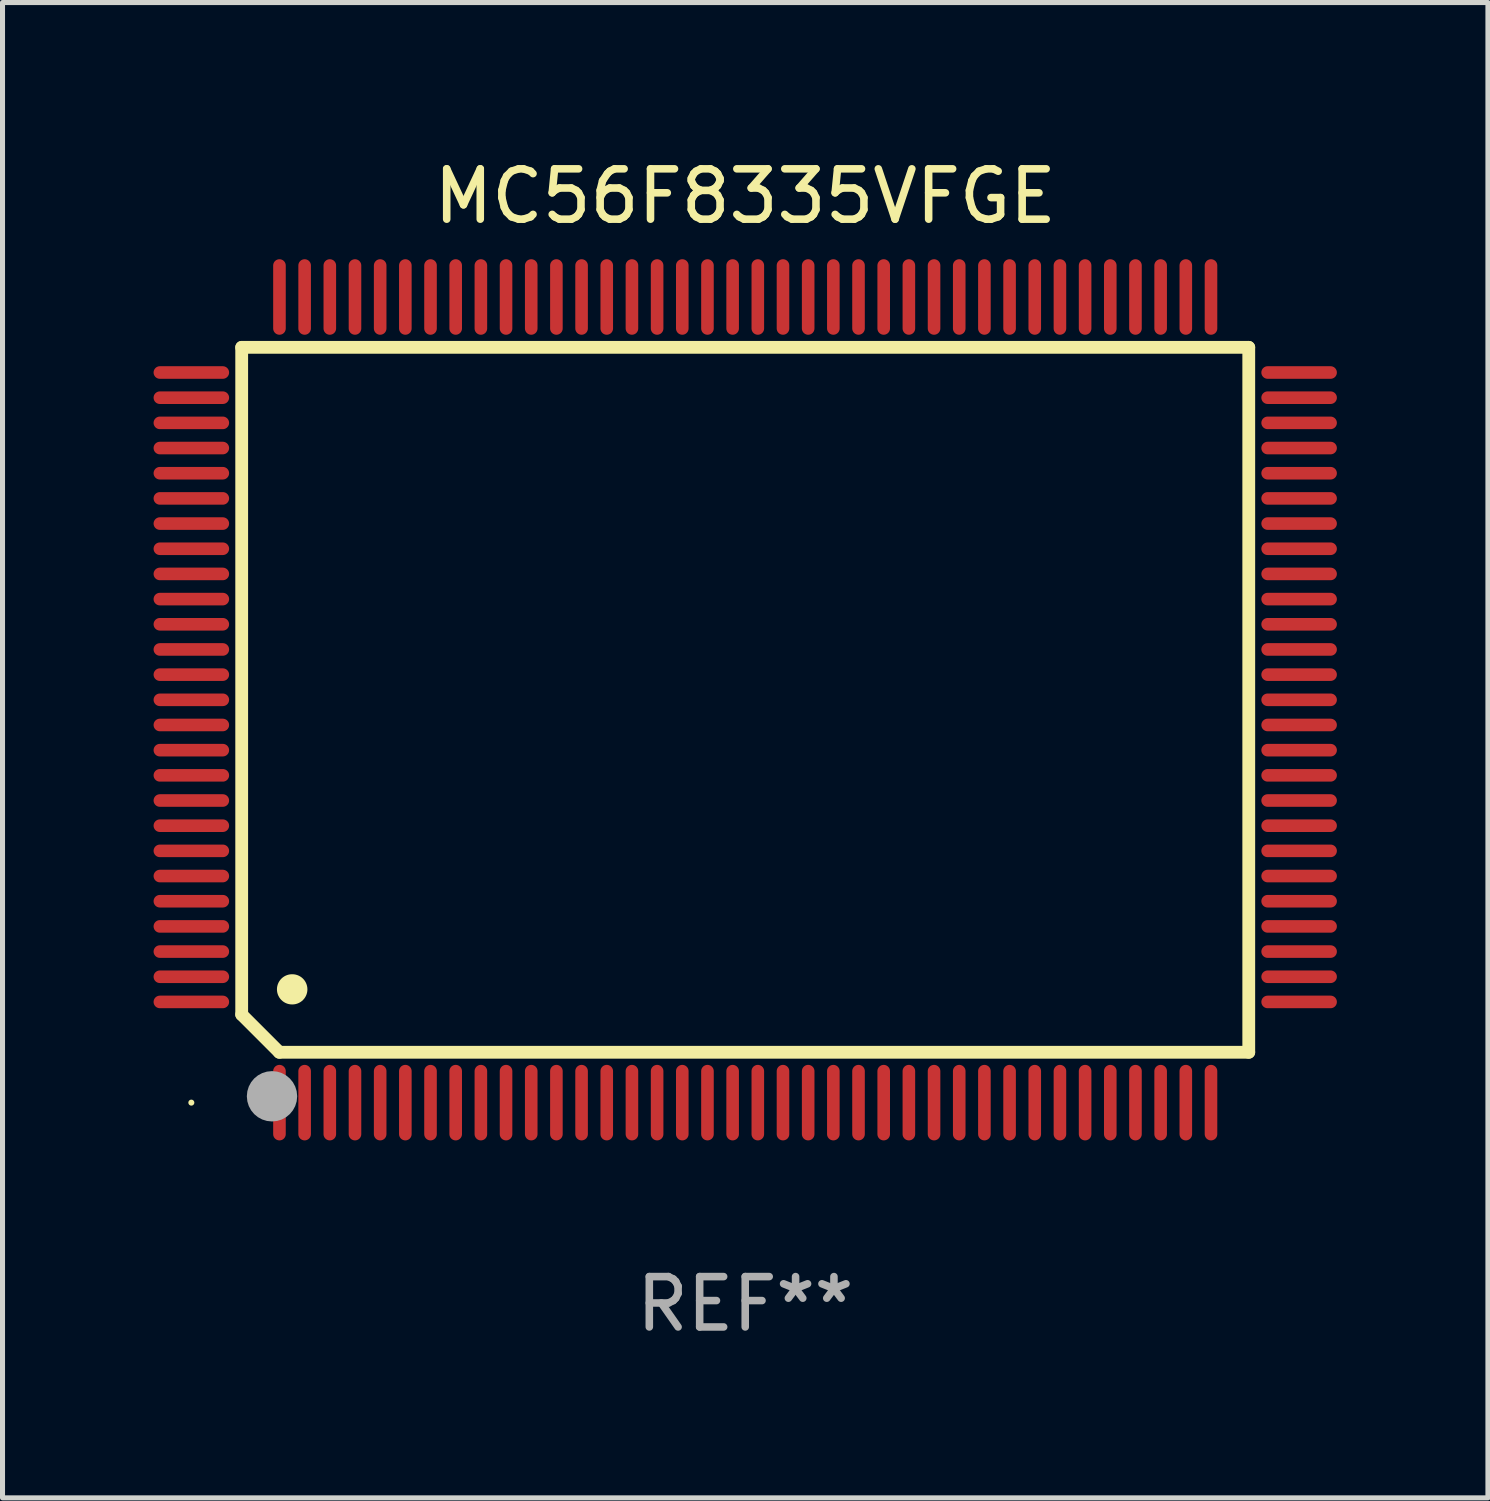
<source format=kicad_pcb>
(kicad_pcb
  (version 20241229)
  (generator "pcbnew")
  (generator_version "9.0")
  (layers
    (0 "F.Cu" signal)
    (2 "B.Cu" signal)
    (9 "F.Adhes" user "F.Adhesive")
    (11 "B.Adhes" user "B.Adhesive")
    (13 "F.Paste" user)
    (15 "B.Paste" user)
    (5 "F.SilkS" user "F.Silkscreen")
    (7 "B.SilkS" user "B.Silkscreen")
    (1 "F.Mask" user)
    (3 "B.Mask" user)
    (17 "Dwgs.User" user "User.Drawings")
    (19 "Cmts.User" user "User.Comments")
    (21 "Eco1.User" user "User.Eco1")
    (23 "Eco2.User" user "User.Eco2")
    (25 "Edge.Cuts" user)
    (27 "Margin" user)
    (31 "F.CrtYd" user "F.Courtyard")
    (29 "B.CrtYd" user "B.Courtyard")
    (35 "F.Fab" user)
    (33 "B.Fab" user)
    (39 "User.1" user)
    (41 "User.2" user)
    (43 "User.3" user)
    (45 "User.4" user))
  (footprint "MC56F8335VFGE"
    (layer "F.Cu")
    (at 11.75 10.848)
    (property "Reference" "MC56F8335VFGE" (at 0 -10 0) (layer "F.SilkS") (effects (font (size 1 1) (thickness 0.15))))
    (attr through_hole)
    (fp_line (start -10 -7) (end -10 6.25) (stroke (width 0.254) (type solid)) (layer "F.SilkS"))
    (fp_line (start -10 -7) (end 10 -7) (stroke (width 0.254) (type solid)) (layer "F.SilkS"))
    (fp_line (start -9.252 7) (end -10 6.252) (stroke (width 0.254) (type solid)) (layer "F.SilkS"))
    (fp_line (start 10 -7) (end 10 7) (stroke (width 0.254) (type solid)) (layer "F.SilkS"))
    (fp_line (start 10 7) (end -9.252 7) (stroke (width 0.254) (type solid)) (layer "F.SilkS"))
    (fp_arc (start -9.000025 5.750013) (mid -8.997485 5.750002) (end -8.994945 5.750013) (stroke (width 0.6) (type solid)) (layer "F.SilkS"))
    (fp_circle (center -11 8) (end -10.97 8) (stroke (width 0.06) (type solid)) (fill no) (layer "F.SilkS"))
    (fp_circle (center -9.398 7.874) (end -9.148 7.874) (stroke (width 0.5) (type solid)) (fill no) (layer "F.Fab"))
    (fp_text user "REF**" (at 0 12 0) (layer "F.Fab") (effects (font (size 1 1) (thickness 0.15))))
    (pad "1" smd oval (at -9.25 8) (size 0.25 1.5) (layers "F.Cu" "F.Mask" "F.Paste"))
    (pad "2" smd oval (at -8.75 8) (size 0.25 1.5) (layers "F.Cu" "F.Mask" "F.Paste"))
    (pad "3" smd oval (at -8.25 8) (size 0.25 1.5) (layers "F.Cu" "F.Mask" "F.Paste"))
    (pad "4" smd oval (at -7.75 8) (size 0.25 1.5) (layers "F.Cu" "F.Mask" "F.Paste"))
    (pad "5" smd oval (at -7.25 8) (size 0.25 1.5) (layers "F.Cu" "F.Mask" "F.Paste"))
    (pad "6" smd oval (at -6.75 8) (size 0.25 1.5) (layers "F.Cu" "F.Mask" "F.Paste"))
    (pad "7" smd oval (at -6.25 8) (size 0.25 1.5) (layers "F.Cu" "F.Mask" "F.Paste"))
    (pad "8" smd oval (at -5.75 8) (size 0.25 1.5) (layers "F.Cu" "F.Mask" "F.Paste"))
    (pad "9" smd oval (at -5.25 8) (size 0.25 1.5) (layers "F.Cu" "F.Mask" "F.Paste"))
    (pad "10" smd oval (at -4.75 8) (size 0.25 1.5) (layers "F.Cu" "F.Mask" "F.Paste"))
    (pad "11" smd oval (at -4.25 8) (size 0.25 1.5) (layers "F.Cu" "F.Mask" "F.Paste"))
    (pad "12" smd oval (at -3.75 8) (size 0.25 1.5) (layers "F.Cu" "F.Mask" "F.Paste"))
    (pad "13" smd oval (at -3.25 8) (size 0.25 1.5) (layers "F.Cu" "F.Mask" "F.Paste"))
    (pad "14" smd oval (at -2.75 8) (size 0.25 1.5) (layers "F.Cu" "F.Mask" "F.Paste"))
    (pad "15" smd oval (at -2.25 8) (size 0.25 1.5) (layers "F.Cu" "F.Mask" "F.Paste"))
    (pad "16" smd oval (at -1.75 8) (size 0.25 1.5) (layers "F.Cu" "F.Mask" "F.Paste"))
    (pad "17" smd oval (at -1.25 8) (size 0.25 1.5) (layers "F.Cu" "F.Mask" "F.Paste"))
    (pad "18" smd oval (at -0.75 8) (size 0.25 1.5) (layers "F.Cu" "F.Mask" "F.Paste"))
    (pad "19" smd oval (at -0.25 8) (size 0.25 1.5) (layers "F.Cu" "F.Mask" "F.Paste"))
    (pad "20" smd oval (at 0.25 8) (size 0.25 1.5) (layers "F.Cu" "F.Mask" "F.Paste"))
    (pad "21" smd oval (at 0.75 8) (size 0.25 1.5) (layers "F.Cu" "F.Mask" "F.Paste"))
    (pad "22" smd oval (at 1.25 8) (size 0.25 1.5) (layers "F.Cu" "F.Mask" "F.Paste"))
    (pad "23" smd oval (at 1.75 8) (size 0.25 1.5) (layers "F.Cu" "F.Mask" "F.Paste"))
    (pad "24" smd oval (at 2.25 8) (size 0.25 1.5) (layers "F.Cu" "F.Mask" "F.Paste"))
    (pad "25" smd oval (at 2.75 8) (size 0.25 1.5) (layers "F.Cu" "F.Mask" "F.Paste"))
    (pad "26" smd oval (at 3.25 8) (size 0.25 1.5) (layers "F.Cu" "F.Mask" "F.Paste"))
    (pad "27" smd oval (at 3.75 8) (size 0.25 1.5) (layers "F.Cu" "F.Mask" "F.Paste"))
    (pad "28" smd oval (at 4.25 8) (size 0.25 1.5) (layers "F.Cu" "F.Mask" "F.Paste"))
    (pad "29" smd oval (at 4.75 8) (size 0.25 1.5) (layers "F.Cu" "F.Mask" "F.Paste"))
    (pad "30" smd oval (at 5.25 8) (size 0.25 1.5) (layers "F.Cu" "F.Mask" "F.Paste"))
    (pad "31" smd oval (at 5.75 8) (size 0.25 1.5) (layers "F.Cu" "F.Mask" "F.Paste"))
    (pad "32" smd oval (at 6.25 8) (size 0.25 1.5) (layers "F.Cu" "F.Mask" "F.Paste"))
    (pad "33" smd oval (at 6.75 8 180) (size 0.25 1.5) (layers "F.Cu" "F.Mask" "F.Paste"))
    (pad "34" smd oval (at 7.25 8 180) (size 0.25 1.5) (layers "F.Cu" "F.Mask" "F.Paste"))
    (pad "35" smd oval (at 7.75 8 180) (size 0.25 1.5) (layers "F.Cu" "F.Mask" "F.Paste"))
    (pad "36" smd oval (at 8.25 8 180) (size 0.25 1.5) (layers "F.Cu" "F.Mask" "F.Paste"))
    (pad "37" smd oval (at 8.75 8 180) (size 0.25 1.5) (layers "F.Cu" "F.Mask" "F.Paste"))
    (pad "38" smd oval (at 9.25 8 180) (size 0.25 1.5) (layers "F.Cu" "F.Mask" "F.Paste"))
    (pad "39" smd oval (at 11 6 270) (size 0.25 1.5) (layers "F.Cu" "F.Mask" "F.Paste"))
    (pad "40" smd oval (at 11 5.5 270) (size 0.25 1.5) (layers "F.Cu" "F.Mask" "F.Paste"))
    (pad "41" smd oval (at 11 5 270) (size 0.25 1.5) (layers "F.Cu" "F.Mask" "F.Paste"))
    (pad "42" smd oval (at 11 4.5 270) (size 0.25 1.5) (layers "F.Cu" "F.Mask" "F.Paste"))
    (pad "43" smd oval (at 11 4 270) (size 0.25 1.5) (layers "F.Cu" "F.Mask" "F.Paste"))
    (pad "44" smd oval (at 11 3.5 270) (size 0.25 1.5) (layers "F.Cu" "F.Mask" "F.Paste"))
    (pad "45" smd oval (at 11 3 270) (size 0.25 1.5) (layers "F.Cu" "F.Mask" "F.Paste"))
    (pad "46" smd oval (at 11 2.5 270) (size 0.25 1.5) (layers "F.Cu" "F.Mask" "F.Paste"))
    (pad "47" smd oval (at 11 2 270) (size 0.25 1.5) (layers "F.Cu" "F.Mask" "F.Paste"))
    (pad "48" smd oval (at 11 1.5 270) (size 0.25 1.5) (layers "F.Cu" "F.Mask" "F.Paste"))
    (pad "49" smd oval (at 11 1 270) (size 0.25 1.5) (layers "F.Cu" "F.Mask" "F.Paste"))
    (pad "50" smd oval (at 11 0.5 270) (size 0.25 1.5) (layers "F.Cu" "F.Mask" "F.Paste"))
    (pad "51" smd oval (at 11 0 270) (size 0.25 1.5) (layers "F.Cu" "F.Mask" "F.Paste"))
    (pad "52" smd oval (at 11 -0.5 270) (size 0.25 1.5) (layers "F.Cu" "F.Mask" "F.Paste"))
    (pad "53" smd oval (at 11 -1 270) (size 0.25 1.5) (layers "F.Cu" "F.Mask" "F.Paste"))
    (pad "54" smd oval (at 11 -1.5 270) (size 0.25 1.5) (layers "F.Cu" "F.Mask" "F.Paste"))
    (pad "55" smd oval (at 11 -2 270) (size 0.25 1.5) (layers "F.Cu" "F.Mask" "F.Paste"))
    (pad "56" smd oval (at 11 -2.5 270) (size 0.25 1.5) (layers "F.Cu" "F.Mask" "F.Paste"))
    (pad "57" smd oval (at 11 -3 270) (size 0.25 1.5) (layers "F.Cu" "F.Mask" "F.Paste"))
    (pad "58" smd oval (at 11 -3.5 270) (size 0.25 1.5) (layers "F.Cu" "F.Mask" "F.Paste"))
    (pad "59" smd oval (at 11 -4 270) (size 0.25 1.5) (layers "F.Cu" "F.Mask" "F.Paste"))
    (pad "60" smd oval (at 11 -4.5 270) (size 0.25 1.5) (layers "F.Cu" "F.Mask" "F.Paste"))
    (pad "61" smd oval (at 11 -5 270) (size 0.25 1.5) (layers "F.Cu" "F.Mask" "F.Paste"))
    (pad "62" smd oval (at 11 -5.5 270) (size 0.25 1.5) (layers "F.Cu" "F.Mask" "F.Paste"))
    (pad "63" smd oval (at 11 -6 270) (size 0.25 1.5) (layers "F.Cu" "F.Mask" "F.Paste"))
    (pad "64" smd oval (at 11 -6.5 270) (size 0.25 1.5) (layers "F.Cu" "F.Mask" "F.Paste"))
    (pad "65" smd oval (at 9.25 -8 180) (size 0.25 1.5) (layers "F.Cu" "F.Mask" "F.Paste"))
    (pad "66" smd oval (at 8.75 -8 180) (size 0.25 1.5) (layers "F.Cu" "F.Mask" "F.Paste"))
    (pad "67" smd oval (at 8.25 -8 180) (size 0.25 1.5) (layers "F.Cu" "F.Mask" "F.Paste"))
    (pad "68" smd oval (at 7.75 -8 180) (size 0.25 1.5) (layers "F.Cu" "F.Mask" "F.Paste"))
    (pad "69" smd oval (at 7.25 -8 180) (size 0.25 1.5) (layers "F.Cu" "F.Mask" "F.Paste"))
    (pad "70" smd oval (at 6.75 -8 180) (size 0.25 1.5) (layers "F.Cu" "F.Mask" "F.Paste"))
    (pad "71" smd oval (at 6.25 -8 180) (size 0.25 1.5) (layers "F.Cu" "F.Mask" "F.Paste"))
    (pad "72" smd oval (at 5.75 -8 180) (size 0.25 1.5) (layers "F.Cu" "F.Mask" "F.Paste"))
    (pad "73" smd oval (at 5.25 -8 180) (size 0.25 1.5) (layers "F.Cu" "F.Mask" "F.Paste"))
    (pad "74" smd oval (at 4.75 -8 180) (size 0.25 1.5) (layers "F.Cu" "F.Mask" "F.Paste"))
    (pad "75" smd oval (at 4.25 -8 180) (size 0.25 1.5) (layers "F.Cu" "F.Mask" "F.Paste"))
    (pad "76" smd oval (at 3.75 -8 180) (size 0.25 1.5) (layers "F.Cu" "F.Mask" "F.Paste"))
    (pad "77" smd oval (at 3.25 -8 180) (size 0.25 1.5) (layers "F.Cu" "F.Mask" "F.Paste"))
    (pad "78" smd oval (at 2.75 -8 180) (size 0.25 1.5) (layers "F.Cu" "F.Mask" "F.Paste"))
    (pad "79" smd oval (at 2.25 -8 180) (size 0.25 1.5) (layers "F.Cu" "F.Mask" "F.Paste"))
    (pad "80" smd oval (at 1.75 -8 180) (size 0.25 1.5) (layers "F.Cu" "F.Mask" "F.Paste"))
    (pad "81" smd oval (at 1.25 -8 180) (size 0.25 1.5) (layers "F.Cu" "F.Mask" "F.Paste"))
    (pad "82" smd oval (at 0.75 -8 180) (size 0.25 1.5) (layers "F.Cu" "F.Mask" "F.Paste"))
    (pad "83" smd oval (at 0.25 -8 180) (size 0.25 1.5) (layers "F.Cu" "F.Mask" "F.Paste"))
    (pad "84" smd oval (at -0.25 -8 180) (size 0.25 1.5) (layers "F.Cu" "F.Mask" "F.Paste"))
    (pad "85" smd oval (at -0.75 -8 180) (size 0.25 1.5) (layers "F.Cu" "F.Mask" "F.Paste"))
    (pad "86" smd oval (at -1.25 -8 180) (size 0.25 1.5) (layers "F.Cu" "F.Mask" "F.Paste"))
    (pad "87" smd oval (at -1.75 -8 180) (size 0.25 1.5) (layers "F.Cu" "F.Mask" "F.Paste"))
    (pad "88" smd oval (at -2.25 -8 180) (size 0.25 1.5) (layers "F.Cu" "F.Mask" "F.Paste"))
    (pad "89" smd oval (at -2.75 -8 180) (size 0.25 1.5) (layers "F.Cu" "F.Mask" "F.Paste"))
    (pad "90" smd oval (at -3.25 -8 180) (size 0.25 1.5) (layers "F.Cu" "F.Mask" "F.Paste"))
    (pad "91" smd oval (at -3.75 -8 180) (size 0.25 1.5) (layers "F.Cu" "F.Mask" "F.Paste"))
    (pad "92" smd oval (at -4.25 -8 180) (size 0.25 1.5) (layers "F.Cu" "F.Mask" "F.Paste"))
    (pad "93" smd oval (at -4.75 -8 180) (size 0.25 1.5) (layers "F.Cu" "F.Mask" "F.Paste"))
    (pad "94" smd oval (at -5.25 -8 180) (size 0.25 1.5) (layers "F.Cu" "F.Mask" "F.Paste"))
    (pad "95" smd oval (at -5.75 -8 180) (size 0.25 1.5) (layers "F.Cu" "F.Mask" "F.Paste"))
    (pad "96" smd oval (at -6.25 -8 180) (size 0.25 1.5) (layers "F.Cu" "F.Mask" "F.Paste"))
    (pad "97" smd oval (at -6.75 -8 180) (size 0.25 1.5) (layers "F.Cu" "F.Mask" "F.Paste"))
    (pad "98" smd oval (at -7.25 -8 180) (size 0.25 1.5) (layers "F.Cu" "F.Mask" "F.Paste"))
    (pad "99" smd oval (at -7.75 -8 180) (size 0.25 1.5) (layers "F.Cu" "F.Mask" "F.Paste"))
    (pad "100" smd oval (at -8.25 -8 180) (size 0.25 1.5) (layers "F.Cu" "F.Mask" "F.Paste"))
    (pad "101" smd oval (at -8.75 -8 180) (size 0.25 1.5) (layers "F.Cu" "F.Mask" "F.Paste"))
    (pad "102" smd oval (at -9.25 -8) (size 0.25 1.5) (layers "F.Cu" "F.Mask" "F.Paste"))
    (pad "103" smd oval (at -11 -6.5 270) (size 0.25 1.5) (layers "F.Cu" "F.Mask" "F.Paste"))
    (pad "104" smd oval (at -11 -6 270) (size 0.25 1.5) (layers "F.Cu" "F.Mask" "F.Paste"))
    (pad "105" smd oval (at -11 -5.5 270) (size 0.25 1.5) (layers "F.Cu" "F.Mask" "F.Paste"))
    (pad "106" smd oval (at -11 -5 270) (size 0.25 1.5) (layers "F.Cu" "F.Mask" "F.Paste"))
    (pad "107" smd oval (at -11 -4.5 270) (size 0.25 1.5) (layers "F.Cu" "F.Mask" "F.Paste"))
    (pad "108" smd oval (at -11 -4 270) (size 0.25 1.5) (layers "F.Cu" "F.Mask" "F.Paste"))
    (pad "109" smd oval (at -11 -3.5 270) (size 0.25 1.5) (layers "F.Cu" "F.Mask" "F.Paste"))
    (pad "110" smd oval (at -11 -3 270) (size 0.25 1.5) (layers "F.Cu" "F.Mask" "F.Paste"))
    (pad "111" smd oval (at -11 -2.5 270) (size 0.25 1.5) (layers "F.Cu" "F.Mask" "F.Paste"))
    (pad "112" smd oval (at -11 -2 270) (size 0.25 1.5) (layers "F.Cu" "F.Mask" "F.Paste"))
    (pad "113" smd oval (at -11 -1.5 270) (size 0.25 1.5) (layers "F.Cu" "F.Mask" "F.Paste"))
    (pad "114" smd oval (at -11 -1 270) (size 0.25 1.5) (layers "F.Cu" "F.Mask" "F.Paste"))
    (pad "115" smd oval (at -11 -0.5 270) (size 0.25 1.5) (layers "F.Cu" "F.Mask" "F.Paste"))
    (pad "116" smd oval (at -11 0 270) (size 0.25 1.5) (layers "F.Cu" "F.Mask" "F.Paste"))
    (pad "117" smd oval (at -11 0.5 270) (size 0.25 1.5) (layers "F.Cu" "F.Mask" "F.Paste"))
    (pad "118" smd oval (at -11 1 270) (size 0.25 1.5) (layers "F.Cu" "F.Mask" "F.Paste"))
    (pad "119" smd oval (at -11 1.5 270) (size 0.25 1.5) (layers "F.Cu" "F.Mask" "F.Paste"))
    (pad "120" smd oval (at -11 2 270) (size 0.25 1.5) (layers "F.Cu" "F.Mask" "F.Paste"))
    (pad "121" smd oval (at -11 2.5 270) (size 0.25 1.5) (layers "F.Cu" "F.Mask" "F.Paste"))
    (pad "122" smd oval (at -11 3 270) (size 0.25 1.5) (layers "F.Cu" "F.Mask" "F.Paste"))
    (pad "123" smd oval (at -11 3.5 270) (size 0.25 1.5) (layers "F.Cu" "F.Mask" "F.Paste"))
    (pad "124" smd oval (at -11 4 270) (size 0.25 1.5) (layers "F.Cu" "F.Mask" "F.Paste"))
    (pad "125" smd oval (at -11 4.5 270) (size 0.25 1.5) (layers "F.Cu" "F.Mask" "F.Paste"))
    (pad "126" smd oval (at -11 5 270) (size 0.25 1.5) (layers "F.Cu" "F.Mask" "F.Paste"))
    (pad "127" smd oval (at -11 5.5 270) (size 0.25 1.5) (layers "F.Cu" "F.Mask" "F.Paste"))
    (pad "128" smd oval (at -11 6 270) (size 0.25 1.5) (layers "F.Cu" "F.Mask" "F.Paste")))
  (gr_rect
    (start -3 -3)
    (end 26.5 26.697)
    (stroke (width 0.1) (type default))
    (fill no)
    (layer "Edge.Cuts")))
</source>
